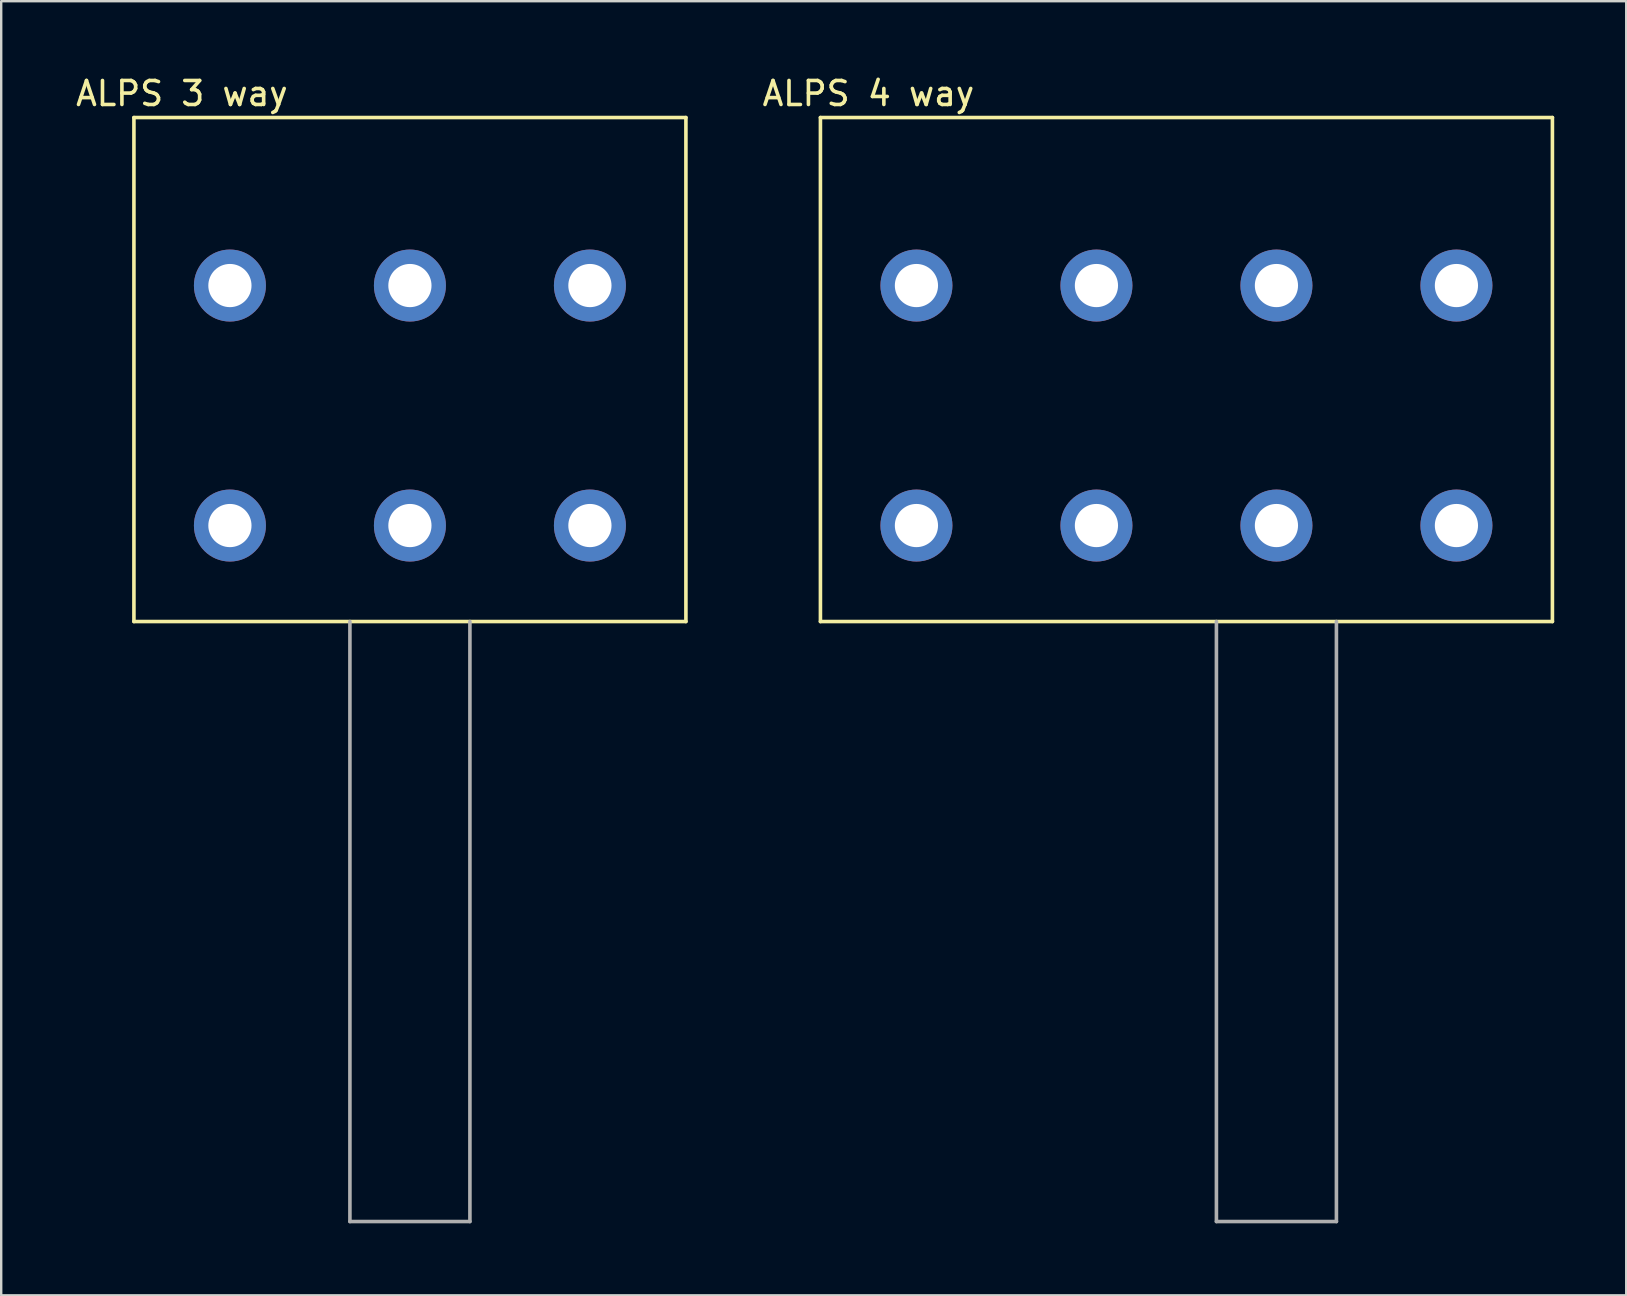
<source format=kicad_pcb>
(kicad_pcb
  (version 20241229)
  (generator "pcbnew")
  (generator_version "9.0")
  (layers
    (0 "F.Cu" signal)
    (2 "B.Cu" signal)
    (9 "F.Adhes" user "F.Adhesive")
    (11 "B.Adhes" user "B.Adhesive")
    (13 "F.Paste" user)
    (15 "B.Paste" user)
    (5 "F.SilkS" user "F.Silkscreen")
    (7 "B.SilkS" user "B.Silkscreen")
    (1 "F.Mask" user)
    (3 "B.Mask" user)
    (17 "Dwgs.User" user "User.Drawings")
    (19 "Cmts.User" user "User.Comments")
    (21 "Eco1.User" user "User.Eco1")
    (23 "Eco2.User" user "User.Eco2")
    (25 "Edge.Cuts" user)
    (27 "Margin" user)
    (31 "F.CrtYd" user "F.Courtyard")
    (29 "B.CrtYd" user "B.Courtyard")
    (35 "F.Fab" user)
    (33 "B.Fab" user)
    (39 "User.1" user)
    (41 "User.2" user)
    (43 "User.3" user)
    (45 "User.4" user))
  (footprint "ALPS 4 way"
    (layer "F.Cu")
    (at 35.135 8.848)
    (property "Reference" "ALPS 4 way" (at -2 -8 0) (layer "F.SilkS") (effects (font (size 1 1) (thickness 0.15))))
    (attr through_hole)
    (fp_line (start -4 -7) (end -4 14) (stroke (width 0.15) (type solid)) (layer "F.SilkS"))
    (fp_line (start -4 14) (end 26.5 14) (stroke (width 0.15) (type solid)) (layer "F.SilkS"))
    (fp_line (start 26.5 -7) (end -4 -7) (stroke (width 0.15) (type solid)) (layer "F.SilkS"))
    (fp_line (start 26.5 14) (end 26.5 -7) (stroke (width 0.15) (type solid)) (layer "F.SilkS"))
    (fp_line (start 12.5 14) (end 12.5 39) (stroke (width 0.15) (type solid)) (layer "F.Fab"))
    (fp_line (start 12.5 39) (end 17.5 39) (stroke (width 0.15) (type solid)) (layer "F.Fab"))
    (fp_line (start 17.5 39) (end 17.5 14) (stroke (width 0.15) (type solid)) (layer "F.Fab"))
    (pad "1" thru_hole circle (at 0 0) (size 3 3) (drill 1.8) (layers "*.Cu" "*.Mask"))
    (pad "2" thru_hole circle (at 7.5 0) (size 3 3) (drill 1.8) (layers "*.Cu" "*.Mask"))
    (pad "3" thru_hole circle (at 15 0) (size 3 3) (drill 1.8) (layers "*.Cu" "*.Mask"))
    (pad "4" thru_hole circle (at 22.5 0) (size 3 3) (drill 1.8) (layers "*.Cu" "*.Mask"))
    (pad "5" thru_hole circle (at 0 10) (size 3 3) (drill 1.8) (layers "*.Cu" "*.Mask"))
    (pad "6" thru_hole circle (at 7.5 10) (size 3 3) (drill 1.8) (layers "*.Cu" "*.Mask"))
    (pad "7" thru_hole circle (at 15 10) (size 3 3) (drill 1.8) (layers "*.Cu" "*.Mask"))
    (pad "8" thru_hole circle (at 22.5 10) (size 3 3) (drill 1.8) (layers "*.Cu" "*.Mask")))
  (footprint "ALPS 3 way"
    (layer "F.Cu")
    (at 6.53 8.848)
    (property "Reference" "ALPS 3 way" (at -2 -8 0) (layer "F.SilkS") (effects (font (size 1 1) (thickness 0.15))))
    (attr through_hole)
    (fp_line (start -4 -7) (end -4 14) (stroke (width 0.15) (type solid)) (layer "F.SilkS"))
    (fp_line (start -4 14) (end 19 14) (stroke (width 0.15) (type solid)) (layer "F.SilkS"))
    (fp_line (start 19 -7) (end -4 -7) (stroke (width 0.15) (type solid)) (layer "F.SilkS"))
    (fp_line (start 19 14) (end 19 -7) (stroke (width 0.15) (type solid)) (layer "F.SilkS"))
    (fp_line (start 5 14) (end 5 39) (stroke (width 0.15) (type solid)) (layer "F.Fab"))
    (fp_line (start 5 39) (end 10 39) (stroke (width 0.15) (type solid)) (layer "F.Fab"))
    (fp_line (start 10 39) (end 10 14) (stroke (width 0.15) (type solid)) (layer "F.Fab"))
    (pad "1" thru_hole circle (at 0 0) (size 3 3) (drill 1.8) (layers "*.Cu" "*.Mask"))
    (pad "2" thru_hole circle (at 7.5 0) (size 3 3) (drill 1.8) (layers "*.Cu" "*.Mask"))
    (pad "3" thru_hole circle (at 15 0) (size 3 3) (drill 1.8) (layers "*.Cu" "*.Mask"))
    (pad "4" thru_hole circle (at 0 10) (size 3 3) (drill 1.8) (layers "*.Cu" "*.Mask"))
    (pad "5" thru_hole circle (at 7.5 10) (size 3 3) (drill 1.8) (layers "*.Cu" "*.Mask"))
    (pad "6" thru_hole circle (at 15 10) (size 3 3) (drill 1.8) (layers "*.Cu" "*.Mask")))
  (gr_rect
    (start -3 -3)
    (end 64.71 50.923)
    (stroke (width 0.1) (type default))
    (fill no)
    (layer "Edge.Cuts")))
</source>
